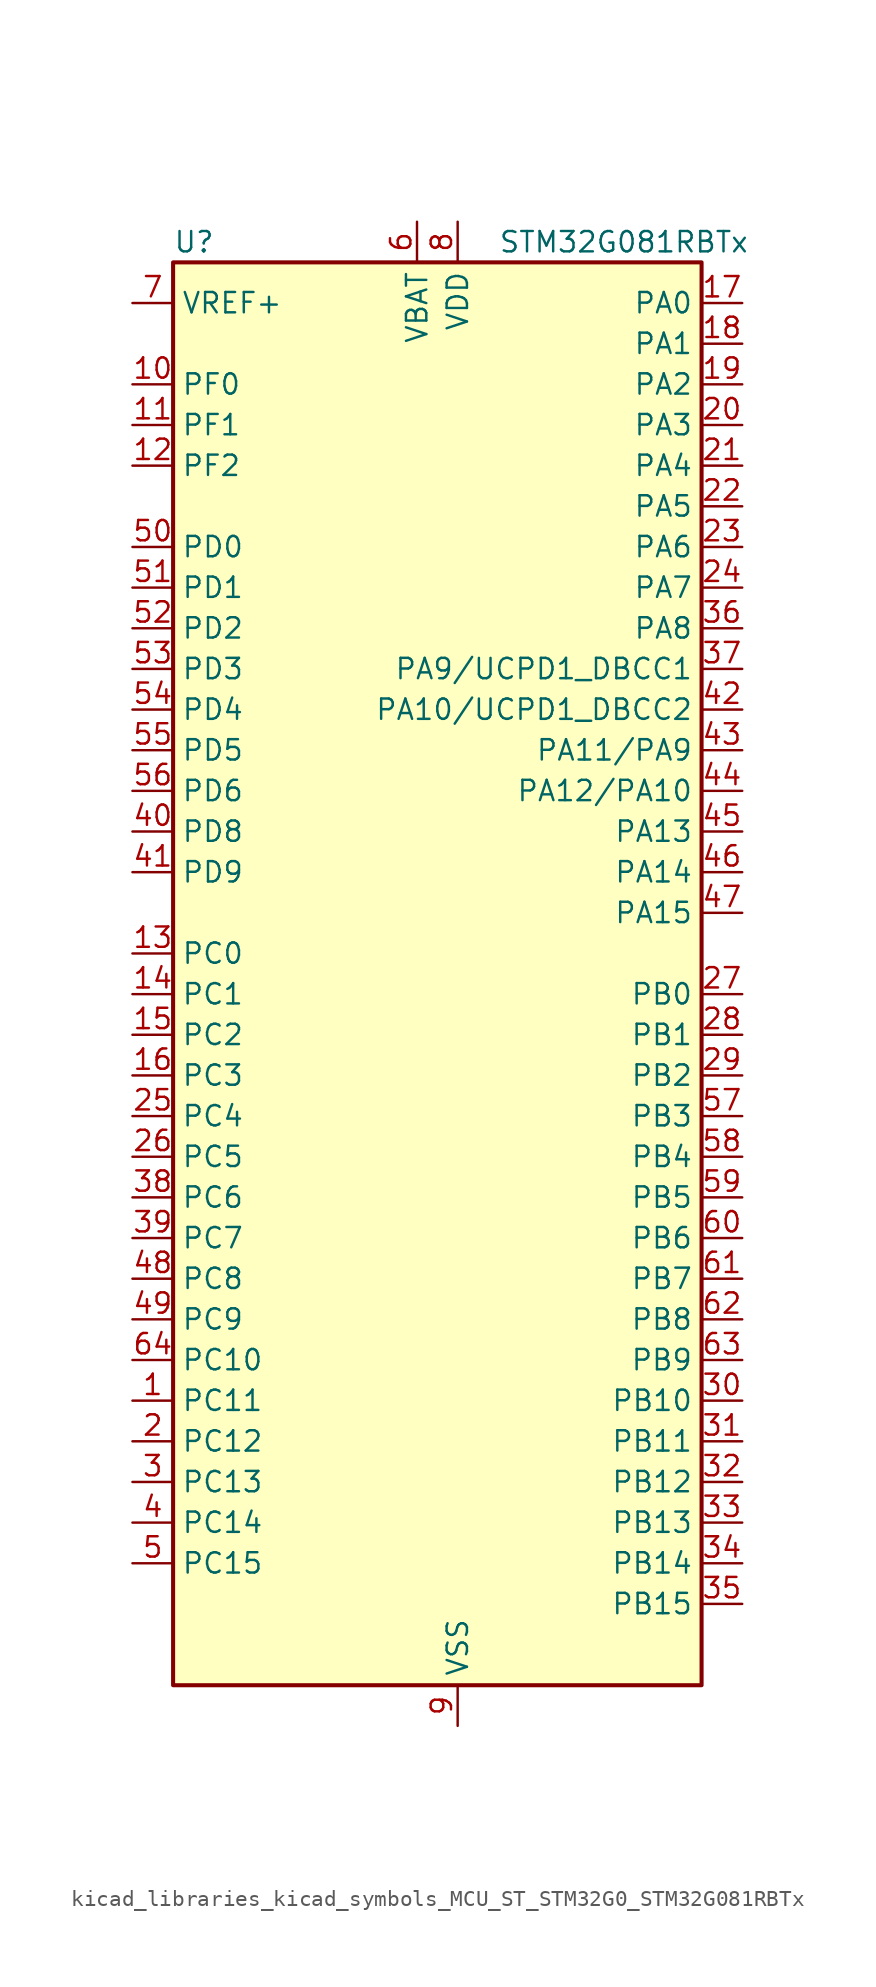
<source format=kicad_sym>
(kicad_symbol_lib
  (version 20220914)
  (generator kicad_symbol_editor)
  (symbol "kicad_libraries_kicad_symbols_MCU_ST_STM32G0_STM32G081RBTx"
    (property "Reference" "U"
      (at -15.24 46.99 0)
      (effects (font (size 1.27 1.27)) (justify left)))
    (property "Value" "STM32G081RBTx"
      (at 5.08 46.99 0)
      (effects (font (size 1.27 1.27)) (justify left)))
    (property "ki_locked" ""
      (at 0 0 0)
      (effects (font (size 1.27 1.27))))
    (symbol "kicad_libraries_kicad_symbols_MCU_ST_STM32G0_STM32G081RBTx_0_1"
      (rectangle (start -15.24 -43.18) (end 17.78 45.72) (stroke (width 0.254) (type default)) (fill (type background))))
    (symbol "kicad_libraries_kicad_symbols_MCU_ST_STM32G0_STM32G081RBTx_1_1"
      (pin bidirectional line (at -17.78 -25.4 0) (length 2.54) (name "PC11" (effects (font (size 1.27 1.27)))) (number "1" (effects (font (size 1.27 1.27)))) (alternate "ADC1_EXTI11" bidirectional line) (alternate "TIM1_CH4" bidirectional line) (alternate "USART3_RX" bidirectional line) (alternate "USART4_RX" bidirectional line))
      (pin bidirectional line (at -17.78 38.1 0) (length 2.54) (name "PF0" (effects (font (size 1.27 1.27)))) (number "10" (effects (font (size 1.27 1.27)))) (alternate "RCC_OSC_IN" bidirectional line) (alternate "TIM14_CH1" bidirectional line))
      (pin bidirectional line (at -17.78 35.56 0) (length 2.54) (name "PF1" (effects (font (size 1.27 1.27)))) (number "11" (effects (font (size 1.27 1.27)))) (alternate "RCC_OSC_EN" bidirectional line) (alternate "RCC_OSC_OUT" bidirectional line) (alternate "TIM15_CH1N" bidirectional line))
      (pin bidirectional line (at -17.78 33.02 0) (length 2.54) (name "PF2" (effects (font (size 1.27 1.27)))) (number "12" (effects (font (size 1.27 1.27)))) (alternate "RCC_MCO" bidirectional line))
      (pin bidirectional line (at -17.78 2.54 0) (length 2.54) (name "PC0" (effects (font (size 1.27 1.27)))) (number "13" (effects (font (size 1.27 1.27)))) (alternate "LPTIM1_IN1" bidirectional line) (alternate "LPTIM2_IN1" bidirectional line) (alternate "LPUART1_RX" bidirectional line))
      (pin bidirectional line (at -17.78 0 0) (length 2.54) (name "PC1" (effects (font (size 1.27 1.27)))) (number "14" (effects (font (size 1.27 1.27)))) (alternate "LPTIM1_OUT" bidirectional line) (alternate "LPUART1_TX" bidirectional line) (alternate "TIM15_CH1" bidirectional line))
      (pin bidirectional line (at -17.78 -2.54 0) (length 2.54) (name "PC2" (effects (font (size 1.27 1.27)))) (number "15" (effects (font (size 1.27 1.27)))) (alternate "LPTIM1_IN2" bidirectional line) (alternate "SPI2_MISO" bidirectional line) (alternate "TIM15_CH2" bidirectional line))
      (pin bidirectional line (at -17.78 -5.08 0) (length 2.54) (name "PC3" (effects (font (size 1.27 1.27)))) (number "16" (effects (font (size 1.27 1.27)))) (alternate "LPTIM1_ETR" bidirectional line) (alternate "LPTIM2_ETR" bidirectional line) (alternate "SPI2_MOSI" bidirectional line))
      (pin bidirectional line (at 20.32 43.18 180) (length 2.54) (name "PA0" (effects (font (size 1.27 1.27)))) (number "17" (effects (font (size 1.27 1.27)))) (alternate "ADC1_IN0" bidirectional line) (alternate "COMP1_INM" bidirectional line) (alternate "COMP1_OUT" bidirectional line) (alternate "LPTIM1_OUT" bidirectional line) (alternate "RTC_TAMP_IN2" bidirectional line) (alternate "SPI2_SCK" bidirectional line) (alternate "SYS_WKUP1" bidirectional line) (alternate "TIM2_CH1" bidirectional line) (alternate "TIM2_ETR" bidirectional line) (alternate "UCPD2_FRSTX1" bidirectional line) (alternate "UCPD2_FRSTX2" bidirectional line) (alternate "USART2_CTS" bidirectional line) (alternate "USART2_NSS" bidirectional line) (alternate "USART4_TX" bidirectional line))
      (pin bidirectional line (at 20.32 40.64 180) (length 2.54) (name "PA1" (effects (font (size 1.27 1.27)))) (number "18" (effects (font (size 1.27 1.27)))) (alternate "ADC1_IN1" bidirectional line) (alternate "COMP1_INP" bidirectional line) (alternate "I2C1_SMBA" bidirectional line) (alternate "I2S1_CK" bidirectional line) (alternate "SPI1_SCK" bidirectional line) (alternate "TIM15_CH1N" bidirectional line) (alternate "TIM2_CH2" bidirectional line) (alternate "USART2_CK" bidirectional line) (alternate "USART2_DE" bidirectional line) (alternate "USART2_RTS" bidirectional line) (alternate "USART4_RX" bidirectional line))
      (pin bidirectional line (at 20.32 38.1 180) (length 2.54) (name "PA2" (effects (font (size 1.27 1.27)))) (number "19" (effects (font (size 1.27 1.27)))) (alternate "ADC1_IN2" bidirectional line) (alternate "COMP2_INM" bidirectional line) (alternate "COMP2_OUT" bidirectional line) (alternate "I2S1_SD" bidirectional line) (alternate "LPUART1_TX" bidirectional line) (alternate "RCC_LSCO" bidirectional line) (alternate "SPI1_MOSI" bidirectional line) (alternate "SYS_WKUP4" bidirectional line) (alternate "TIM15_CH1" bidirectional line) (alternate "TIM2_CH3" bidirectional line) (alternate "UCPD1_FRSTX1" bidirectional line) (alternate "UCPD1_FRSTX2" bidirectional line) (alternate "USART2_TX" bidirectional line))
      (pin bidirectional line (at -17.78 -27.94 0) (length 2.54) (name "PC12" (effects (font (size 1.27 1.27)))) (number "2" (effects (font (size 1.27 1.27)))) (alternate "LPTIM1_IN1" bidirectional line) (alternate "TIM14_CH1" bidirectional line) (alternate "UCPD1_FRSTX1" bidirectional line) (alternate "UCPD1_FRSTX2" bidirectional line))
      (pin bidirectional line (at 20.32 35.56 180) (length 2.54) (name "PA3" (effects (font (size 1.27 1.27)))) (number "20" (effects (font (size 1.27 1.27)))) (alternate "ADC1_IN3" bidirectional line) (alternate "COMP2_INP" bidirectional line) (alternate "LPUART1_RX" bidirectional line) (alternate "SPI2_MISO" bidirectional line) (alternate "TIM15_CH2" bidirectional line) (alternate "TIM2_CH4" bidirectional line) (alternate "UCPD2_FRSTX1" bidirectional line) (alternate "UCPD2_FRSTX2" bidirectional line) (alternate "USART2_RX" bidirectional line))
      (pin bidirectional line (at 20.32 33.02 180) (length 2.54) (name "PA4" (effects (font (size 1.27 1.27)))) (number "21" (effects (font (size 1.27 1.27)))) (alternate "ADC1_IN4" bidirectional line) (alternate "DAC1_OUT1" bidirectional line) (alternate "I2S1_WS" bidirectional line) (alternate "LPTIM2_OUT" bidirectional line) (alternate "RTC_OUT_ALARM" bidirectional line) (alternate "RTC_OUT_CALIB" bidirectional line) (alternate "SPI1_NSS" bidirectional line) (alternate "SPI2_MOSI" bidirectional line) (alternate "TIM14_CH1" bidirectional line) (alternate "UCPD2_FRSTX1" bidirectional line) (alternate "UCPD2_FRSTX2" bidirectional line))
      (pin bidirectional line (at 20.32 30.48 180) (length 2.54) (name "PA5" (effects (font (size 1.27 1.27)))) (number "22" (effects (font (size 1.27 1.27)))) (alternate "ADC1_IN5" bidirectional line) (alternate "CEC" bidirectional line) (alternate "DAC1_OUT2" bidirectional line) (alternate "I2S1_CK" bidirectional line) (alternate "LPTIM2_ETR" bidirectional line) (alternate "SPI1_SCK" bidirectional line) (alternate "TIM2_CH1" bidirectional line) (alternate "TIM2_ETR" bidirectional line) (alternate "UCPD1_FRSTX1" bidirectional line) (alternate "UCPD1_FRSTX2" bidirectional line) (alternate "USART3_TX" bidirectional line))
      (pin bidirectional line (at 20.32 27.94 180) (length 2.54) (name "PA6" (effects (font (size 1.27 1.27)))) (number "23" (effects (font (size 1.27 1.27)))) (alternate "ADC1_IN6" bidirectional line) (alternate "COMP1_OUT" bidirectional line) (alternate "I2S1_MCK" bidirectional line) (alternate "LPUART1_CTS" bidirectional line) (alternate "SPI1_MISO" bidirectional line) (alternate "TIM16_CH1" bidirectional line) (alternate "TIM1_BK" bidirectional line) (alternate "TIM3_CH1" bidirectional line) (alternate "USART3_CTS" bidirectional line) (alternate "USART3_NSS" bidirectional line))
      (pin bidirectional line (at 20.32 25.4 180) (length 2.54) (name "PA7" (effects (font (size 1.27 1.27)))) (number "24" (effects (font (size 1.27 1.27)))) (alternate "ADC1_IN7" bidirectional line) (alternate "COMP2_OUT" bidirectional line) (alternate "I2S1_SD" bidirectional line) (alternate "SPI1_MOSI" bidirectional line) (alternate "TIM14_CH1" bidirectional line) (alternate "TIM17_CH1" bidirectional line) (alternate "TIM1_CH1N" bidirectional line) (alternate "TIM3_CH2" bidirectional line) (alternate "UCPD1_FRSTX1" bidirectional line) (alternate "UCPD1_FRSTX2" bidirectional line))
      (pin bidirectional line (at -17.78 -7.62 0) (length 2.54) (name "PC4" (effects (font (size 1.27 1.27)))) (number "25" (effects (font (size 1.27 1.27)))) (alternate "ADC1_IN17" bidirectional line) (alternate "COMP1_INM" bidirectional line) (alternate "TIM2_CH1" bidirectional line) (alternate "TIM2_ETR" bidirectional line) (alternate "USART1_TX" bidirectional line) (alternate "USART3_TX" bidirectional line))
      (pin bidirectional line (at -17.78 -10.16 0) (length 2.54) (name "PC5" (effects (font (size 1.27 1.27)))) (number "26" (effects (font (size 1.27 1.27)))) (alternate "ADC1_IN18" bidirectional line) (alternate "COMP1_INP" bidirectional line) (alternate "SYS_WKUP5" bidirectional line) (alternate "TIM2_CH2" bidirectional line) (alternate "USART1_RX" bidirectional line) (alternate "USART3_RX" bidirectional line))
      (pin bidirectional line (at 20.32 0 180) (length 2.54) (name "PB0" (effects (font (size 1.27 1.27)))) (number "27" (effects (font (size 1.27 1.27)))) (alternate "ADC1_IN8" bidirectional line) (alternate "COMP1_OUT" bidirectional line) (alternate "I2S1_WS" bidirectional line) (alternate "LPTIM1_OUT" bidirectional line) (alternate "SPI1_NSS" bidirectional line) (alternate "TIM1_CH2N" bidirectional line) (alternate "TIM3_CH3" bidirectional line) (alternate "UCPD1_FRSTX1" bidirectional line) (alternate "UCPD1_FRSTX2" bidirectional line) (alternate "USART3_RX" bidirectional line))
      (pin bidirectional line (at 20.32 -2.54 180) (length 2.54) (name "PB1" (effects (font (size 1.27 1.27)))) (number "28" (effects (font (size 1.27 1.27)))) (alternate "ADC1_IN9" bidirectional line) (alternate "COMP1_INM" bidirectional line) (alternate "LPTIM2_IN1" bidirectional line) (alternate "LPUART1_DE" bidirectional line) (alternate "LPUART1_RTS" bidirectional line) (alternate "TIM14_CH1" bidirectional line) (alternate "TIM1_CH3N" bidirectional line) (alternate "TIM3_CH4" bidirectional line) (alternate "USART3_CK" bidirectional line) (alternate "USART3_DE" bidirectional line) (alternate "USART3_RTS" bidirectional line))
      (pin bidirectional line (at 20.32 -5.08 180) (length 2.54) (name "PB2" (effects (font (size 1.27 1.27)))) (number "29" (effects (font (size 1.27 1.27)))) (alternate "ADC1_IN10" bidirectional line) (alternate "COMP1_INP" bidirectional line) (alternate "LPTIM1_OUT" bidirectional line) (alternate "SPI2_MISO" bidirectional line) (alternate "USART3_TX" bidirectional line))
      (pin bidirectional line (at -17.78 -30.48 0) (length 2.54) (name "PC13" (effects (font (size 1.27 1.27)))) (number "3" (effects (font (size 1.27 1.27)))) (alternate "RTC_OUT_ALARM" bidirectional line) (alternate "RTC_OUT_CALIB" bidirectional line) (alternate "RTC_TAMP_IN1" bidirectional line) (alternate "RTC_TS" bidirectional line) (alternate "SYS_WKUP2" bidirectional line) (alternate "TIM1_BK" bidirectional line))
      (pin bidirectional line (at 20.32 -25.4 180) (length 2.54) (name "PB10" (effects (font (size 1.27 1.27)))) (number "30" (effects (font (size 1.27 1.27)))) (alternate "ADC1_IN11" bidirectional line) (alternate "CEC" bidirectional line) (alternate "COMP1_OUT" bidirectional line) (alternate "I2C2_SCL" bidirectional line) (alternate "LPUART1_RX" bidirectional line) (alternate "SPI2_SCK" bidirectional line) (alternate "TIM2_CH3" bidirectional line) (alternate "USART3_TX" bidirectional line))
      (pin bidirectional line (at 20.32 -27.94 180) (length 2.54) (name "PB11" (effects (font (size 1.27 1.27)))) (number "31" (effects (font (size 1.27 1.27)))) (alternate "ADC1_EXTI11" bidirectional line) (alternate "ADC1_IN15" bidirectional line) (alternate "COMP2_OUT" bidirectional line) (alternate "I2C2_SDA" bidirectional line) (alternate "LPUART1_TX" bidirectional line) (alternate "SPI2_MOSI" bidirectional line) (alternate "TIM2_CH4" bidirectional line) (alternate "USART3_RX" bidirectional line))
      (pin bidirectional line (at 20.32 -30.48 180) (length 2.54) (name "PB12" (effects (font (size 1.27 1.27)))) (number "32" (effects (font (size 1.27 1.27)))) (alternate "ADC1_IN16" bidirectional line) (alternate "LPUART1_DE" bidirectional line) (alternate "LPUART1_RTS" bidirectional line) (alternate "SPI2_NSS" bidirectional line) (alternate "TIM15_BK" bidirectional line) (alternate "TIM1_BK" bidirectional line) (alternate "UCPD2_FRSTX1" bidirectional line) (alternate "UCPD2_FRSTX2" bidirectional line))
      (pin bidirectional line (at 20.32 -33.02 180) (length 2.54) (name "PB13" (effects (font (size 1.27 1.27)))) (number "33" (effects (font (size 1.27 1.27)))) (alternate "I2C2_SCL" bidirectional line) (alternate "LPUART1_CTS" bidirectional line) (alternate "SPI2_SCK" bidirectional line) (alternate "TIM15_CH1N" bidirectional line) (alternate "TIM1_CH1N" bidirectional line) (alternate "USART3_CTS" bidirectional line) (alternate "USART3_NSS" bidirectional line))
      (pin bidirectional line (at 20.32 -35.56 180) (length 2.54) (name "PB14" (effects (font (size 1.27 1.27)))) (number "34" (effects (font (size 1.27 1.27)))) (alternate "I2C2_SDA" bidirectional line) (alternate "SPI2_MISO" bidirectional line) (alternate "TIM15_CH1" bidirectional line) (alternate "TIM1_CH2N" bidirectional line) (alternate "UCPD1_FRSTX1" bidirectional line) (alternate "UCPD1_FRSTX2" bidirectional line) (alternate "USART3_CK" bidirectional line) (alternate "USART3_DE" bidirectional line) (alternate "USART3_RTS" bidirectional line))
      (pin bidirectional line (at 20.32 -38.1 180) (length 2.54) (name "PB15" (effects (font (size 1.27 1.27)))) (number "35" (effects (font (size 1.27 1.27)))) (alternate "RTC_REFIN" bidirectional line) (alternate "SPI2_MOSI" bidirectional line) (alternate "TIM15_CH1N" bidirectional line) (alternate "TIM15_CH2" bidirectional line) (alternate "TIM1_CH3N" bidirectional line) (alternate "UCPD1_CC2" bidirectional line))
      (pin bidirectional line (at 20.32 22.86 180) (length 2.54) (name "PA8" (effects (font (size 1.27 1.27)))) (number "36" (effects (font (size 1.27 1.27)))) (alternate "LPTIM2_OUT" bidirectional line) (alternate "RCC_MCO" bidirectional line) (alternate "SPI2_NSS" bidirectional line) (alternate "TIM1_CH1" bidirectional line) (alternate "UCPD1_CC1" bidirectional line))
      (pin bidirectional line (at 20.32 20.32 180) (length 2.54) (name "PA9/UCPD1_DBCC1" (effects (font (size 1.27 1.27)))) (number "37" (effects (font (size 1.27 1.27)))) (alternate "DAC1_EXTI9" bidirectional line) (alternate "I2C1_SCL" bidirectional line) (alternate "RCC_MCO" bidirectional line) (alternate "SPI2_MISO" bidirectional line) (alternate "TIM15_BK" bidirectional line) (alternate "TIM1_CH2" bidirectional line) (alternate "UCPD1_DBCC1" bidirectional line) (alternate "USART1_TX" bidirectional line))
      (pin bidirectional line (at -17.78 -12.7 0) (length 2.54) (name "PC6" (effects (font (size 1.27 1.27)))) (number "38" (effects (font (size 1.27 1.27)))) (alternate "TIM2_CH3" bidirectional line) (alternate "TIM3_CH1" bidirectional line) (alternate "UCPD1_FRSTX1" bidirectional line) (alternate "UCPD1_FRSTX2" bidirectional line))
      (pin bidirectional line (at -17.78 -15.24 0) (length 2.54) (name "PC7" (effects (font (size 1.27 1.27)))) (number "39" (effects (font (size 1.27 1.27)))) (alternate "TIM2_CH4" bidirectional line) (alternate "TIM3_CH2" bidirectional line) (alternate "UCPD2_FRSTX1" bidirectional line) (alternate "UCPD2_FRSTX2" bidirectional line))
      (pin bidirectional line (at -17.78 -33.02 0) (length 2.54) (name "PC14" (effects (font (size 1.27 1.27)))) (number "4" (effects (font (size 1.27 1.27)))) (alternate "RCC_OSC32_IN" bidirectional line) (alternate "TIM1_BK2" bidirectional line))
      (pin bidirectional line (at -17.78 10.16 0) (length 2.54) (name "PD8" (effects (font (size 1.27 1.27)))) (number "40" (effects (font (size 1.27 1.27)))) (alternate "I2S1_CK" bidirectional line) (alternate "LPTIM1_OUT" bidirectional line) (alternate "SPI1_SCK" bidirectional line) (alternate "USART3_TX" bidirectional line))
      (pin bidirectional line (at -17.78 7.62 0) (length 2.54) (name "PD9" (effects (font (size 1.27 1.27)))) (number "41" (effects (font (size 1.27 1.27)))) (alternate "DAC1_EXTI9" bidirectional line) (alternate "I2S1_WS" bidirectional line) (alternate "SPI1_NSS" bidirectional line) (alternate "TIM1_BK2" bidirectional line) (alternate "USART3_RX" bidirectional line))
      (pin bidirectional line (at 20.32 17.78 180) (length 2.54) (name "PA10/UCPD1_DBCC2" (effects (font (size 1.27 1.27)))) (number "42" (effects (font (size 1.27 1.27)))) (alternate "I2C1_SDA" bidirectional line) (alternate "SPI2_MOSI" bidirectional line) (alternate "TIM17_BK" bidirectional line) (alternate "TIM1_CH3" bidirectional line) (alternate "UCPD1_DBCC2" bidirectional line) (alternate "USART1_RX" bidirectional line))
      (pin bidirectional line (at 20.32 15.24 180) (length 2.54) (name "PA11/PA9" (effects (font (size 1.27 1.27)))) (number "43" (effects (font (size 1.27 1.27)))) (alternate "ADC1_EXTI11" bidirectional line) (alternate "COMP1_OUT" bidirectional line) (alternate "I2C2_SCL" bidirectional line) (alternate "I2S1_MCK" bidirectional line) (alternate "SPI1_MISO" bidirectional line) (alternate "TIM1_BK2" bidirectional line) (alternate "TIM1_CH4" bidirectional line) (alternate "USART1_CTS" bidirectional line) (alternate "USART1_NSS" bidirectional line))
      (pin bidirectional line (at 20.32 12.7 180) (length 2.54) (name "PA12/PA10" (effects (font (size 1.27 1.27)))) (number "44" (effects (font (size 1.27 1.27)))) (alternate "COMP2_OUT" bidirectional line) (alternate "I2C2_SDA" bidirectional line) (alternate "I2S1_SD" bidirectional line) (alternate "I2S_CKIN" bidirectional line) (alternate "SPI1_MOSI" bidirectional line) (alternate "TIM1_ETR" bidirectional line) (alternate "USART1_CK" bidirectional line) (alternate "USART1_DE" bidirectional line) (alternate "USART1_RTS" bidirectional line))
      (pin bidirectional line (at 20.32 10.16 180) (length 2.54) (name "PA13" (effects (font (size 1.27 1.27)))) (number "45" (effects (font (size 1.27 1.27)))) (alternate "IR_OUT" bidirectional line) (alternate "SYS_SWDIO" bidirectional line))
      (pin bidirectional line (at 20.32 7.62 180) (length 2.54) (name "PA14" (effects (font (size 1.27 1.27)))) (number "46" (effects (font (size 1.27 1.27)))) (alternate "SYS_SWCLK" bidirectional line) (alternate "USART2_TX" bidirectional line))
      (pin bidirectional line (at 20.32 5.08 180) (length 2.54) (name "PA15" (effects (font (size 1.27 1.27)))) (number "47" (effects (font (size 1.27 1.27)))) (alternate "I2S1_WS" bidirectional line) (alternate "SPI1_NSS" bidirectional line) (alternate "TIM2_CH1" bidirectional line) (alternate "TIM2_ETR" bidirectional line) (alternate "USART2_RX" bidirectional line) (alternate "USART3_CK" bidirectional line) (alternate "USART3_DE" bidirectional line) (alternate "USART3_RTS" bidirectional line) (alternate "USART4_CK" bidirectional line) (alternate "USART4_DE" bidirectional line) (alternate "USART4_RTS" bidirectional line))
      (pin bidirectional line (at -17.78 -17.78 0) (length 2.54) (name "PC8" (effects (font (size 1.27 1.27)))) (number "48" (effects (font (size 1.27 1.27)))) (alternate "TIM1_CH1" bidirectional line) (alternate "TIM3_CH3" bidirectional line) (alternate "UCPD2_FRSTX1" bidirectional line) (alternate "UCPD2_FRSTX2" bidirectional line))
      (pin bidirectional line (at -17.78 -20.32 0) (length 2.54) (name "PC9" (effects (font (size 1.27 1.27)))) (number "49" (effects (font (size 1.27 1.27)))) (alternate "DAC1_EXTI9" bidirectional line) (alternate "I2S_CKIN" bidirectional line) (alternate "TIM1_CH2" bidirectional line) (alternate "TIM3_CH4" bidirectional line))
      (pin bidirectional line (at -17.78 -35.56 0) (length 2.54) (name "PC15" (effects (font (size 1.27 1.27)))) (number "5" (effects (font (size 1.27 1.27)))) (alternate "RCC_OSC32_EN" bidirectional line) (alternate "RCC_OSC32_OUT" bidirectional line) (alternate "RCC_OSC_EN" bidirectional line) (alternate "TIM15_BK" bidirectional line))
      (pin bidirectional line (at -17.78 27.94 0) (length 2.54) (name "PD0" (effects (font (size 1.27 1.27)))) (number "50" (effects (font (size 1.27 1.27)))) (alternate "SPI2_NSS" bidirectional line) (alternate "TIM16_CH1" bidirectional line) (alternate "UCPD2_CC1" bidirectional line))
      (pin bidirectional line (at -17.78 25.4 0) (length 2.54) (name "PD1" (effects (font (size 1.27 1.27)))) (number "51" (effects (font (size 1.27 1.27)))) (alternate "SPI2_SCK" bidirectional line) (alternate "TIM17_CH1" bidirectional line) (alternate "UCPD2_DBCC1" bidirectional line))
      (pin bidirectional line (at -17.78 22.86 0) (length 2.54) (name "PD2" (effects (font (size 1.27 1.27)))) (number "52" (effects (font (size 1.27 1.27)))) (alternate "TIM1_CH1N" bidirectional line) (alternate "TIM3_ETR" bidirectional line) (alternate "UCPD2_CC2" bidirectional line) (alternate "USART3_CK" bidirectional line) (alternate "USART3_DE" bidirectional line) (alternate "USART3_RTS" bidirectional line))
      (pin bidirectional line (at -17.78 20.32 0) (length 2.54) (name "PD3" (effects (font (size 1.27 1.27)))) (number "53" (effects (font (size 1.27 1.27)))) (alternate "SPI2_MISO" bidirectional line) (alternate "TIM1_CH2N" bidirectional line) (alternate "UCPD2_DBCC2" bidirectional line) (alternate "USART2_CTS" bidirectional line) (alternate "USART2_NSS" bidirectional line))
      (pin bidirectional line (at -17.78 17.78 0) (length 2.54) (name "PD4" (effects (font (size 1.27 1.27)))) (number "54" (effects (font (size 1.27 1.27)))) (alternate "SPI2_MOSI" bidirectional line) (alternate "TIM1_CH3N" bidirectional line) (alternate "USART2_CK" bidirectional line) (alternate "USART2_DE" bidirectional line) (alternate "USART2_RTS" bidirectional line))
      (pin bidirectional line (at -17.78 15.24 0) (length 2.54) (name "PD5" (effects (font (size 1.27 1.27)))) (number "55" (effects (font (size 1.27 1.27)))) (alternate "I2S1_MCK" bidirectional line) (alternate "SPI1_MISO" bidirectional line) (alternate "TIM1_BK" bidirectional line) (alternate "USART2_TX" bidirectional line))
      (pin bidirectional line (at -17.78 12.7 0) (length 2.54) (name "PD6" (effects (font (size 1.27 1.27)))) (number "56" (effects (font (size 1.27 1.27)))) (alternate "I2S1_SD" bidirectional line) (alternate "LPTIM2_OUT" bidirectional line) (alternate "SPI1_MOSI" bidirectional line) (alternate "USART2_RX" bidirectional line))
      (pin bidirectional line (at 20.32 -7.62 180) (length 2.54) (name "PB3" (effects (font (size 1.27 1.27)))) (number "57" (effects (font (size 1.27 1.27)))) (alternate "COMP2_INM" bidirectional line) (alternate "I2S1_CK" bidirectional line) (alternate "SPI1_SCK" bidirectional line) (alternate "TIM1_CH2" bidirectional line) (alternate "TIM2_CH2" bidirectional line) (alternate "USART1_CK" bidirectional line) (alternate "USART1_DE" bidirectional line) (alternate "USART1_RTS" bidirectional line))
      (pin bidirectional line (at 20.32 -10.16 180) (length 2.54) (name "PB4" (effects (font (size 1.27 1.27)))) (number "58" (effects (font (size 1.27 1.27)))) (alternate "COMP2_INP" bidirectional line) (alternate "I2S1_MCK" bidirectional line) (alternate "SPI1_MISO" bidirectional line) (alternate "TIM17_BK" bidirectional line) (alternate "TIM3_CH1" bidirectional line) (alternate "USART1_CTS" bidirectional line) (alternate "USART1_NSS" bidirectional line))
      (pin bidirectional line (at 20.32 -12.7 180) (length 2.54) (name "PB5" (effects (font (size 1.27 1.27)))) (number "59" (effects (font (size 1.27 1.27)))) (alternate "COMP2_OUT" bidirectional line) (alternate "I2C1_SMBA" bidirectional line) (alternate "I2S1_SD" bidirectional line) (alternate "LPTIM1_IN1" bidirectional line) (alternate "SPI1_MOSI" bidirectional line) (alternate "SYS_WKUP6" bidirectional line) (alternate "TIM16_BK" bidirectional line) (alternate "TIM3_CH2" bidirectional line))
      (pin power_in line (at 0 48.26 270) (length 2.54) (name "VBAT" (effects (font (size 1.27 1.27)))) (number "6" (effects (font (size 1.27 1.27)))))
      (pin bidirectional line (at 20.32 -15.24 180) (length 2.54) (name "PB6" (effects (font (size 1.27 1.27)))) (number "60" (effects (font (size 1.27 1.27)))) (alternate "COMP2_INP" bidirectional line) (alternate "I2C1_SCL" bidirectional line) (alternate "LPTIM1_ETR" bidirectional line) (alternate "SPI2_MISO" bidirectional line) (alternate "TIM16_CH1N" bidirectional line) (alternate "TIM1_CH3" bidirectional line) (alternate "USART1_TX" bidirectional line))
      (pin bidirectional line (at 20.32 -17.78 180) (length 2.54) (name "PB7" (effects (font (size 1.27 1.27)))) (number "61" (effects (font (size 1.27 1.27)))) (alternate "COMP2_INM" bidirectional line) (alternate "I2C1_SDA" bidirectional line) (alternate "LPTIM1_IN2" bidirectional line) (alternate "SPI2_MOSI" bidirectional line) (alternate "SYS_PVD_IN" bidirectional line) (alternate "TIM17_CH1N" bidirectional line) (alternate "USART1_RX" bidirectional line) (alternate "USART4_CTS" bidirectional line) (alternate "USART4_NSS" bidirectional line))
      (pin bidirectional line (at 20.32 -20.32 180) (length 2.54) (name "PB8" (effects (font (size 1.27 1.27)))) (number "62" (effects (font (size 1.27 1.27)))) (alternate "CEC" bidirectional line) (alternate "I2C1_SCL" bidirectional line) (alternate "SPI2_SCK" bidirectional line) (alternate "TIM15_BK" bidirectional line) (alternate "TIM16_CH1" bidirectional line) (alternate "USART3_TX" bidirectional line))
      (pin bidirectional line (at 20.32 -22.86 180) (length 2.54) (name "PB9" (effects (font (size 1.27 1.27)))) (number "63" (effects (font (size 1.27 1.27)))) (alternate "DAC1_EXTI9" bidirectional line) (alternate "I2C1_SDA" bidirectional line) (alternate "IR_OUT" bidirectional line) (alternate "SPI2_NSS" bidirectional line) (alternate "TIM17_CH1" bidirectional line) (alternate "UCPD2_FRSTX1" bidirectional line) (alternate "UCPD2_FRSTX2" bidirectional line) (alternate "USART3_RX" bidirectional line))
      (pin bidirectional line (at -17.78 -22.86 0) (length 2.54) (name "PC10" (effects (font (size 1.27 1.27)))) (number "64" (effects (font (size 1.27 1.27)))) (alternate "TIM1_CH3" bidirectional line) (alternate "USART3_TX" bidirectional line) (alternate "USART4_TX" bidirectional line))
      (pin input line (at -17.78 43.18 0) (length 2.54) (name "VREF+" (effects (font (size 1.27 1.27)))) (number "7" (effects (font (size 1.27 1.27)))) (alternate "VREFBUF_OUT" bidirectional line))
      (pin power_in line (at 2.54 48.26 270) (length 2.54) (name "VDD" (effects (font (size 1.27 1.27)))) (number "8" (effects (font (size 1.27 1.27)))))
      (pin power_in line (at 2.54 -45.72 90) (length 2.54) (name "VSS" (effects (font (size 1.27 1.27)))) (number "9" (effects (font (size 1.27 1.27))))))))
</source>
